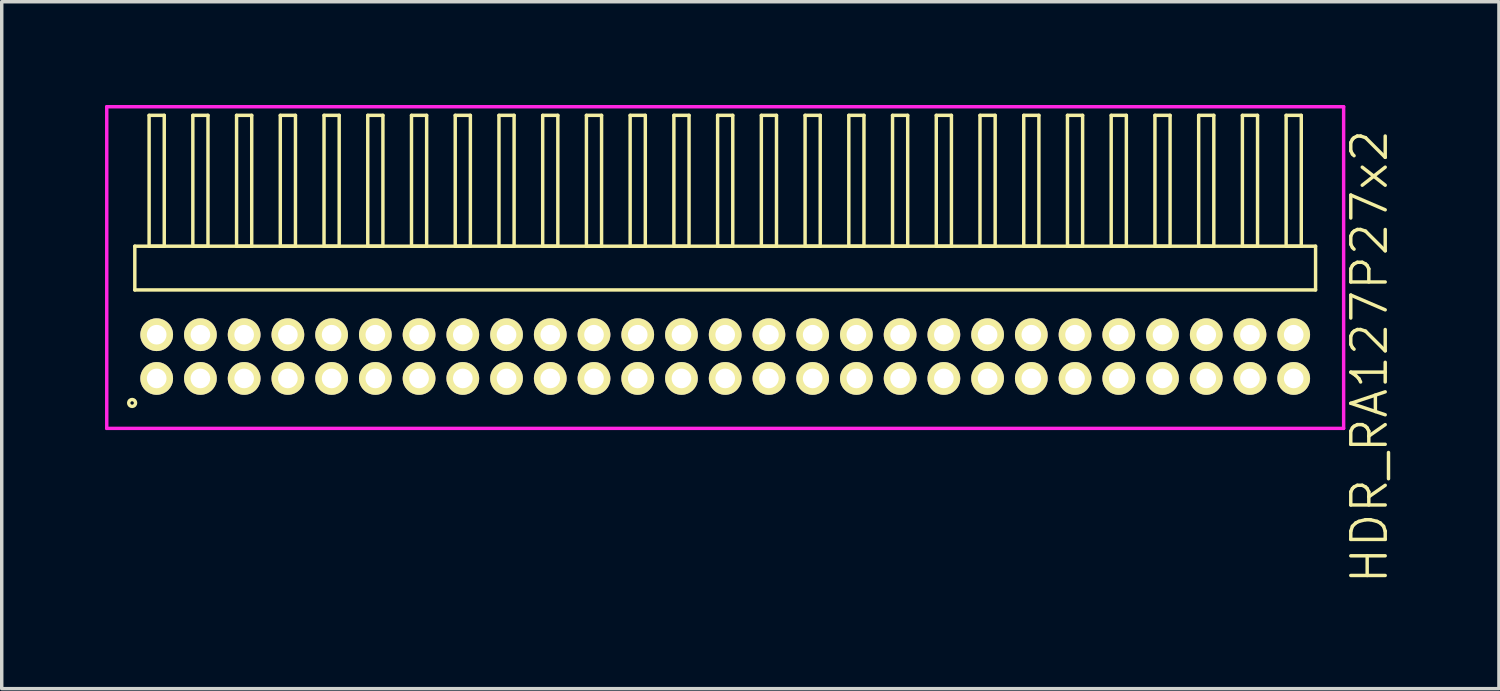
<source format=kicad_pcb>
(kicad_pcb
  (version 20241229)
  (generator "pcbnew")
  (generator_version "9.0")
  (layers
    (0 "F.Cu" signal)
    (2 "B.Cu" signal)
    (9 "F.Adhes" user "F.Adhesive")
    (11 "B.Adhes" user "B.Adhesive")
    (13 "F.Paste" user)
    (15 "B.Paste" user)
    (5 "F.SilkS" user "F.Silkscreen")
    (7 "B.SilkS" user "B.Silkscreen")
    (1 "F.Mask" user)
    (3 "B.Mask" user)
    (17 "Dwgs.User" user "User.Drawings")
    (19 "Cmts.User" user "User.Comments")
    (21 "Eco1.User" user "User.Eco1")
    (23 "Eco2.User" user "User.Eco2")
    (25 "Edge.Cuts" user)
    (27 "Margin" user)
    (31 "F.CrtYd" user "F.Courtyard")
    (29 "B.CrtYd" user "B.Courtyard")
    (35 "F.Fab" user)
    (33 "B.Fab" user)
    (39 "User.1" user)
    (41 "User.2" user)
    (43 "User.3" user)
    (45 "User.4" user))
  (footprint "HDR_RA127P27x2"
    (layer "F.Cu")
    (at 18.01 7.305)
    (property "Reference" "HDR_RA127P27x2" (at 18.71 0 90) (layer "F.SilkS") (effects (font (size 1 1) (thickness 0.1))))
    (attr through_hole)
    (fp_line (start -17.145 -3.205) (end -17.145 -1.935) (stroke (width 0.1) (type solid)) (layer "F.SilkS"))
    (fp_line (start -17.145 -1.935) (end 17.145 -1.935) (stroke (width 0.1) (type solid)) (layer "F.SilkS"))
    (fp_line (start -16.73 -7.005) (end -16.73 -3.205) (stroke (width 0.1) (type solid)) (layer "F.SilkS"))
    (fp_line (start -16.73 -3.205) (end -16.29 -3.205) (stroke (width 0.1) (type solid)) (layer "F.SilkS"))
    (fp_line (start -16.29 -7.005) (end -16.73 -7.005) (stroke (width 0.1) (type solid)) (layer "F.SilkS"))
    (fp_line (start -16.29 -3.205) (end -16.29 -7.005) (stroke (width 0.1) (type solid)) (layer "F.SilkS"))
    (fp_line (start -15.46 -7.005) (end -15.46 -3.205) (stroke (width 0.1) (type solid)) (layer "F.SilkS"))
    (fp_line (start -15.46 -3.205) (end -15.02 -3.205) (stroke (width 0.1) (type solid)) (layer "F.SilkS"))
    (fp_line (start -15.02 -7.005) (end -15.46 -7.005) (stroke (width 0.1) (type solid)) (layer "F.SilkS"))
    (fp_line (start -15.02 -3.205) (end -15.02 -7.005) (stroke (width 0.1) (type solid)) (layer "F.SilkS"))
    (fp_line (start -14.19 -7.005) (end -14.19 -3.205) (stroke (width 0.1) (type solid)) (layer "F.SilkS"))
    (fp_line (start -14.19 -3.205) (end -13.75 -3.205) (stroke (width 0.1) (type solid)) (layer "F.SilkS"))
    (fp_line (start -13.75 -7.005) (end -14.19 -7.005) (stroke (width 0.1) (type solid)) (layer "F.SilkS"))
    (fp_line (start -13.75 -3.205) (end -13.75 -7.005) (stroke (width 0.1) (type solid)) (layer "F.SilkS"))
    (fp_line (start -12.92 -7.005) (end -12.92 -3.205) (stroke (width 0.1) (type solid)) (layer "F.SilkS"))
    (fp_line (start -12.92 -3.205) (end -12.48 -3.205) (stroke (width 0.1) (type solid)) (layer "F.SilkS"))
    (fp_line (start -12.48 -7.005) (end -12.92 -7.005) (stroke (width 0.1) (type solid)) (layer "F.SilkS"))
    (fp_line (start -12.48 -3.205) (end -12.48 -7.005) (stroke (width 0.1) (type solid)) (layer "F.SilkS"))
    (fp_line (start -11.65 -7.005) (end -11.65 -3.205) (stroke (width 0.1) (type solid)) (layer "F.SilkS"))
    (fp_line (start -11.65 -3.205) (end -11.21 -3.205) (stroke (width 0.1) (type solid)) (layer "F.SilkS"))
    (fp_line (start -11.21 -7.005) (end -11.65 -7.005) (stroke (width 0.1) (type solid)) (layer "F.SilkS"))
    (fp_line (start -11.21 -3.205) (end -11.21 -7.005) (stroke (width 0.1) (type solid)) (layer "F.SilkS"))
    (fp_line (start -10.38 -7.005) (end -10.38 -3.205) (stroke (width 0.1) (type solid)) (layer "F.SilkS"))
    (fp_line (start -10.38 -3.205) (end -9.94 -3.205) (stroke (width 0.1) (type solid)) (layer "F.SilkS"))
    (fp_line (start -9.94 -7.005) (end -10.38 -7.005) (stroke (width 0.1) (type solid)) (layer "F.SilkS"))
    (fp_line (start -9.94 -3.205) (end -9.94 -7.005) (stroke (width 0.1) (type solid)) (layer "F.SilkS"))
    (fp_line (start -9.11 -7.005) (end -9.11 -3.205) (stroke (width 0.1) (type solid)) (layer "F.SilkS"))
    (fp_line (start -9.11 -3.205) (end -8.67 -3.205) (stroke (width 0.1) (type solid)) (layer "F.SilkS"))
    (fp_line (start -8.67 -7.005) (end -9.11 -7.005) (stroke (width 0.1) (type solid)) (layer "F.SilkS"))
    (fp_line (start -8.67 -3.205) (end -8.67 -7.005) (stroke (width 0.1) (type solid)) (layer "F.SilkS"))
    (fp_line (start -7.84 -7.005) (end -7.84 -3.205) (stroke (width 0.1) (type solid)) (layer "F.SilkS"))
    (fp_line (start -7.84 -3.205) (end -7.4 -3.205) (stroke (width 0.1) (type solid)) (layer "F.SilkS"))
    (fp_line (start -7.4 -7.005) (end -7.84 -7.005) (stroke (width 0.1) (type solid)) (layer "F.SilkS"))
    (fp_line (start -7.4 -3.205) (end -7.4 -7.005) (stroke (width 0.1) (type solid)) (layer "F.SilkS"))
    (fp_line (start -6.57 -7.005) (end -6.57 -3.205) (stroke (width 0.1) (type solid)) (layer "F.SilkS"))
    (fp_line (start -6.57 -3.205) (end -6.13 -3.205) (stroke (width 0.1) (type solid)) (layer "F.SilkS"))
    (fp_line (start -6.13 -7.005) (end -6.57 -7.005) (stroke (width 0.1) (type solid)) (layer "F.SilkS"))
    (fp_line (start -6.13 -3.205) (end -6.13 -7.005) (stroke (width 0.1) (type solid)) (layer "F.SilkS"))
    (fp_line (start -5.3 -7.005) (end -5.3 -3.205) (stroke (width 0.1) (type solid)) (layer "F.SilkS"))
    (fp_line (start -5.3 -3.205) (end -4.86 -3.205) (stroke (width 0.1) (type solid)) (layer "F.SilkS"))
    (fp_line (start -4.86 -7.005) (end -5.3 -7.005) (stroke (width 0.1) (type solid)) (layer "F.SilkS"))
    (fp_line (start -4.86 -3.205) (end -4.86 -7.005) (stroke (width 0.1) (type solid)) (layer "F.SilkS"))
    (fp_line (start -4.03 -7.005) (end -4.03 -3.205) (stroke (width 0.1) (type solid)) (layer "F.SilkS"))
    (fp_line (start -4.03 -3.205) (end -3.59 -3.205) (stroke (width 0.1) (type solid)) (layer "F.SilkS"))
    (fp_line (start -3.59 -7.005) (end -4.03 -7.005) (stroke (width 0.1) (type solid)) (layer "F.SilkS"))
    (fp_line (start -3.59 -3.205) (end -3.59 -7.005) (stroke (width 0.1) (type solid)) (layer "F.SilkS"))
    (fp_line (start -2.76 -7.005) (end -2.76 -3.205) (stroke (width 0.1) (type solid)) (layer "F.SilkS"))
    (fp_line (start -2.76 -3.205) (end -2.32 -3.205) (stroke (width 0.1) (type solid)) (layer "F.SilkS"))
    (fp_line (start -2.32 -7.005) (end -2.76 -7.005) (stroke (width 0.1) (type solid)) (layer "F.SilkS"))
    (fp_line (start -2.32 -3.205) (end -2.32 -7.005) (stroke (width 0.1) (type solid)) (layer "F.SilkS"))
    (fp_line (start -1.49 -7.005) (end -1.49 -3.205) (stroke (width 0.1) (type solid)) (layer "F.SilkS"))
    (fp_line (start -1.49 -3.205) (end -1.05 -3.205) (stroke (width 0.1) (type solid)) (layer "F.SilkS"))
    (fp_line (start -1.05 -7.005) (end -1.49 -7.005) (stroke (width 0.1) (type solid)) (layer "F.SilkS"))
    (fp_line (start -1.05 -3.205) (end -1.05 -7.005) (stroke (width 0.1) (type solid)) (layer "F.SilkS"))
    (fp_line (start -0.22 -7.005) (end -0.22 -3.205) (stroke (width 0.1) (type solid)) (layer "F.SilkS"))
    (fp_line (start -0.22 -3.205) (end 0.22 -3.205) (stroke (width 0.1) (type solid)) (layer "F.SilkS"))
    (fp_line (start 0.22 -7.005) (end -0.22 -7.005) (stroke (width 0.1) (type solid)) (layer "F.SilkS"))
    (fp_line (start 0.22 -3.205) (end 0.22 -7.005) (stroke (width 0.1) (type solid)) (layer "F.SilkS"))
    (fp_line (start 1.05 -7.005) (end 1.05 -3.205) (stroke (width 0.1) (type solid)) (layer "F.SilkS"))
    (fp_line (start 1.05 -3.205) (end 1.49 -3.205) (stroke (width 0.1) (type solid)) (layer "F.SilkS"))
    (fp_line (start 1.49 -7.005) (end 1.05 -7.005) (stroke (width 0.1) (type solid)) (layer "F.SilkS"))
    (fp_line (start 1.49 -3.205) (end 1.49 -7.005) (stroke (width 0.1) (type solid)) (layer "F.SilkS"))
    (fp_line (start 2.32 -7.005) (end 2.32 -3.205) (stroke (width 0.1) (type solid)) (layer "F.SilkS"))
    (fp_line (start 2.32 -3.205) (end 2.76 -3.205) (stroke (width 0.1) (type solid)) (layer "F.SilkS"))
    (fp_line (start 2.76 -7.005) (end 2.32 -7.005) (stroke (width 0.1) (type solid)) (layer "F.SilkS"))
    (fp_line (start 2.76 -3.205) (end 2.76 -7.005) (stroke (width 0.1) (type solid)) (layer "F.SilkS"))
    (fp_line (start 3.59 -7.005) (end 3.59 -3.205) (stroke (width 0.1) (type solid)) (layer "F.SilkS"))
    (fp_line (start 3.59 -3.205) (end 4.03 -3.205) (stroke (width 0.1) (type solid)) (layer "F.SilkS"))
    (fp_line (start 4.03 -7.005) (end 3.59 -7.005) (stroke (width 0.1) (type solid)) (layer "F.SilkS"))
    (fp_line (start 4.03 -3.205) (end 4.03 -7.005) (stroke (width 0.1) (type solid)) (layer "F.SilkS"))
    (fp_line (start 4.86 -7.005) (end 4.86 -3.205) (stroke (width 0.1) (type solid)) (layer "F.SilkS"))
    (fp_line (start 4.86 -3.205) (end 5.3 -3.205) (stroke (width 0.1) (type solid)) (layer "F.SilkS"))
    (fp_line (start 5.3 -7.005) (end 4.86 -7.005) (stroke (width 0.1) (type solid)) (layer "F.SilkS"))
    (fp_line (start 5.3 -3.205) (end 5.3 -7.005) (stroke (width 0.1) (type solid)) (layer "F.SilkS"))
    (fp_line (start 6.13 -7.005) (end 6.13 -3.205) (stroke (width 0.1) (type solid)) (layer "F.SilkS"))
    (fp_line (start 6.13 -3.205) (end 6.57 -3.205) (stroke (width 0.1) (type solid)) (layer "F.SilkS"))
    (fp_line (start 6.57 -7.005) (end 6.13 -7.005) (stroke (width 0.1) (type solid)) (layer "F.SilkS"))
    (fp_line (start 6.57 -3.205) (end 6.57 -7.005) (stroke (width 0.1) (type solid)) (layer "F.SilkS"))
    (fp_line (start 7.4 -7.005) (end 7.4 -3.205) (stroke (width 0.1) (type solid)) (layer "F.SilkS"))
    (fp_line (start 7.4 -3.205) (end 7.84 -3.205) (stroke (width 0.1) (type solid)) (layer "F.SilkS"))
    (fp_line (start 7.84 -7.005) (end 7.4 -7.005) (stroke (width 0.1) (type solid)) (layer "F.SilkS"))
    (fp_line (start 7.84 -3.205) (end 7.84 -7.005) (stroke (width 0.1) (type solid)) (layer "F.SilkS"))
    (fp_line (start 8.67 -7.005) (end 8.67 -3.205) (stroke (width 0.1) (type solid)) (layer "F.SilkS"))
    (fp_line (start 8.67 -3.205) (end 9.11 -3.205) (stroke (width 0.1) (type solid)) (layer "F.SilkS"))
    (fp_line (start 9.11 -7.005) (end 8.67 -7.005) (stroke (width 0.1) (type solid)) (layer "F.SilkS"))
    (fp_line (start 9.11 -3.205) (end 9.11 -7.005) (stroke (width 0.1) (type solid)) (layer "F.SilkS"))
    (fp_line (start 9.94 -7.005) (end 9.94 -3.205) (stroke (width 0.1) (type solid)) (layer "F.SilkS"))
    (fp_line (start 9.94 -3.205) (end 10.38 -3.205) (stroke (width 0.1) (type solid)) (layer "F.SilkS"))
    (fp_line (start 10.38 -7.005) (end 9.94 -7.005) (stroke (width 0.1) (type solid)) (layer "F.SilkS"))
    (fp_line (start 10.38 -3.205) (end 10.38 -7.005) (stroke (width 0.1) (type solid)) (layer "F.SilkS"))
    (fp_line (start 11.21 -7.005) (end 11.21 -3.205) (stroke (width 0.1) (type solid)) (layer "F.SilkS"))
    (fp_line (start 11.21 -3.205) (end 11.65 -3.205) (stroke (width 0.1) (type solid)) (layer "F.SilkS"))
    (fp_line (start 11.65 -7.005) (end 11.21 -7.005) (stroke (width 0.1) (type solid)) (layer "F.SilkS"))
    (fp_line (start 11.65 -3.205) (end 11.65 -7.005) (stroke (width 0.1) (type solid)) (layer "F.SilkS"))
    (fp_line (start 12.48 -7.005) (end 12.48 -3.205) (stroke (width 0.1) (type solid)) (layer "F.SilkS"))
    (fp_line (start 12.48 -3.205) (end 12.92 -3.205) (stroke (width 0.1) (type solid)) (layer "F.SilkS"))
    (fp_line (start 12.92 -7.005) (end 12.48 -7.005) (stroke (width 0.1) (type solid)) (layer "F.SilkS"))
    (fp_line (start 12.92 -3.205) (end 12.92 -7.005) (stroke (width 0.1) (type solid)) (layer "F.SilkS"))
    (fp_line (start 13.75 -7.005) (end 13.75 -3.205) (stroke (width 0.1) (type solid)) (layer "F.SilkS"))
    (fp_line (start 13.75 -3.205) (end 14.19 -3.205) (stroke (width 0.1) (type solid)) (layer "F.SilkS"))
    (fp_line (start 14.19 -7.005) (end 13.75 -7.005) (stroke (width 0.1) (type solid)) (layer "F.SilkS"))
    (fp_line (start 14.19 -3.205) (end 14.19 -7.005) (stroke (width 0.1) (type solid)) (layer "F.SilkS"))
    (fp_line (start 15.02 -7.005) (end 15.02 -3.205) (stroke (width 0.1) (type solid)) (layer "F.SilkS"))
    (fp_line (start 15.02 -3.205) (end 15.46 -3.205) (stroke (width 0.1) (type solid)) (layer "F.SilkS"))
    (fp_line (start 15.46 -7.005) (end 15.02 -7.005) (stroke (width 0.1) (type solid)) (layer "F.SilkS"))
    (fp_line (start 15.46 -3.205) (end 15.46 -7.005) (stroke (width 0.1) (type solid)) (layer "F.SilkS"))
    (fp_line (start 16.29 -7.005) (end 16.29 -3.205) (stroke (width 0.1) (type solid)) (layer "F.SilkS"))
    (fp_line (start 16.29 -3.205) (end 16.73 -3.205) (stroke (width 0.1) (type solid)) (layer "F.SilkS"))
    (fp_line (start 16.73 -7.005) (end 16.29 -7.005) (stroke (width 0.1) (type solid)) (layer "F.SilkS"))
    (fp_line (start 16.73 -3.205) (end 16.73 -7.005) (stroke (width 0.1) (type solid)) (layer "F.SilkS"))
    (fp_line (start 17.145 -3.205) (end -17.145 -3.205) (stroke (width 0.1) (type solid)) (layer "F.SilkS"))
    (fp_line (start 17.145 -1.935) (end 17.145 -3.205) (stroke (width 0.1) (type solid)) (layer "F.SilkS"))
    (fp_circle (center -17.223 1.347) (end -17.123 1.347) (stroke (width 0.1) (type solid)) (fill no) (layer "F.SilkS"))
    (fp_line (start -17.96 -7.255) (end -17.96 2.085) (stroke (width 0.1) (type solid)) (layer "F.CrtYd"))
    (fp_line (start -17.96 2.085) (end 17.96 2.085) (stroke (width 0.1) (type solid)) (layer "F.CrtYd"))
    (fp_line (start 17.96 -7.255) (end -17.96 -7.255) (stroke (width 0.1) (type solid)) (layer "F.CrtYd"))
    (fp_line (start 17.96 2.085) (end 17.96 -7.255) (stroke (width 0.1) (type solid)) (layer "F.CrtYd"))
    (pad "1" thru_hole oval (at -16.51 0.635) (size 0.95 0.95) (drill 0.57) (layers "*.Cu" "*.Mask" "F.SilkS"))
    (pad "2" thru_hole oval (at -16.51 -0.635) (size 0.95 0.95) (drill 0.57) (layers "*.Cu" "*.Mask" "F.SilkS"))
    (pad "3" thru_hole oval (at -15.24 0.635) (size 0.95 0.95) (drill 0.57) (layers "*.Cu" "*.Mask" "F.SilkS"))
    (pad "4" thru_hole oval (at -15.24 -0.635) (size 0.95 0.95) (drill 0.57) (layers "*.Cu" "*.Mask" "F.SilkS"))
    (pad "5" thru_hole oval (at -13.97 0.635) (size 0.95 0.95) (drill 0.57) (layers "*.Cu" "*.Mask" "F.SilkS"))
    (pad "6" thru_hole oval (at -13.97 -0.635) (size 0.95 0.95) (drill 0.57) (layers "*.Cu" "*.Mask" "F.SilkS"))
    (pad "7" thru_hole oval (at -12.7 0.635) (size 0.95 0.95) (drill 0.57) (layers "*.Cu" "*.Mask" "F.SilkS"))
    (pad "8" thru_hole oval (at -12.7 -0.635) (size 0.95 0.95) (drill 0.57) (layers "*.Cu" "*.Mask" "F.SilkS"))
    (pad "9" thru_hole oval (at -11.43 0.635) (size 0.95 0.95) (drill 0.57) (layers "*.Cu" "*.Mask" "F.SilkS"))
    (pad "10" thru_hole oval (at -11.43 -0.635) (size 0.95 0.95) (drill 0.57) (layers "*.Cu" "*.Mask" "F.SilkS"))
    (pad "11" thru_hole oval (at -10.16 0.635) (size 0.95 0.95) (drill 0.57) (layers "*.Cu" "*.Mask" "F.SilkS"))
    (pad "12" thru_hole oval (at -10.16 -0.635) (size 0.95 0.95) (drill 0.57) (layers "*.Cu" "*.Mask" "F.SilkS"))
    (pad "13" thru_hole oval (at -8.89 0.635) (size 0.95 0.95) (drill 0.57) (layers "*.Cu" "*.Mask" "F.SilkS"))
    (pad "14" thru_hole oval (at -8.89 -0.635) (size 0.95 0.95) (drill 0.57) (layers "*.Cu" "*.Mask" "F.SilkS"))
    (pad "15" thru_hole oval (at -7.62 0.635) (size 0.95 0.95) (drill 0.57) (layers "*.Cu" "*.Mask" "F.SilkS"))
    (pad "16" thru_hole oval (at -7.62 -0.635) (size 0.95 0.95) (drill 0.57) (layers "*.Cu" "*.Mask" "F.SilkS"))
    (pad "17" thru_hole oval (at -6.35 0.635) (size 0.95 0.95) (drill 0.57) (layers "*.Cu" "*.Mask" "F.SilkS"))
    (pad "18" thru_hole oval (at -6.35 -0.635) (size 0.95 0.95) (drill 0.57) (layers "*.Cu" "*.Mask" "F.SilkS"))
    (pad "19" thru_hole oval (at -5.08 0.635) (size 0.95 0.95) (drill 0.57) (layers "*.Cu" "*.Mask" "F.SilkS"))
    (pad "20" thru_hole oval (at -5.08 -0.635) (size 0.95 0.95) (drill 0.57) (layers "*.Cu" "*.Mask" "F.SilkS"))
    (pad "21" thru_hole oval (at -3.81 0.635) (size 0.95 0.95) (drill 0.57) (layers "*.Cu" "*.Mask" "F.SilkS"))
    (pad "22" thru_hole oval (at -3.81 -0.635) (size 0.95 0.95) (drill 0.57) (layers "*.Cu" "*.Mask" "F.SilkS"))
    (pad "23" thru_hole oval (at -2.54 0.635) (size 0.95 0.95) (drill 0.57) (layers "*.Cu" "*.Mask" "F.SilkS"))
    (pad "24" thru_hole oval (at -2.54 -0.635) (size 0.95 0.95) (drill 0.57) (layers "*.Cu" "*.Mask" "F.SilkS"))
    (pad "25" thru_hole oval (at -1.27 0.635) (size 0.95 0.95) (drill 0.57) (layers "*.Cu" "*.Mask" "F.SilkS"))
    (pad "26" thru_hole oval (at -1.27 -0.635) (size 0.95 0.95) (drill 0.57) (layers "*.Cu" "*.Mask" "F.SilkS"))
    (pad "27" thru_hole oval (at 0 0.635) (size 0.95 0.95) (drill 0.57) (layers "*.Cu" "*.Mask" "F.SilkS"))
    (pad "28" thru_hole oval (at 0 -0.635) (size 0.95 0.95) (drill 0.57) (layers "*.Cu" "*.Mask" "F.SilkS"))
    (pad "29" thru_hole oval (at 1.27 0.635) (size 0.95 0.95) (drill 0.57) (layers "*.Cu" "*.Mask" "F.SilkS"))
    (pad "30" thru_hole oval (at 1.27 -0.635) (size 0.95 0.95) (drill 0.57) (layers "*.Cu" "*.Mask" "F.SilkS"))
    (pad "31" thru_hole oval (at 2.54 0.635) (size 0.95 0.95) (drill 0.57) (layers "*.Cu" "*.Mask" "F.SilkS"))
    (pad "32" thru_hole oval (at 2.54 -0.635) (size 0.95 0.95) (drill 0.57) (layers "*.Cu" "*.Mask" "F.SilkS"))
    (pad "33" thru_hole oval (at 3.81 0.635) (size 0.95 0.95) (drill 0.57) (layers "*.Cu" "*.Mask" "F.SilkS"))
    (pad "34" thru_hole oval (at 3.81 -0.635) (size 0.95 0.95) (drill 0.57) (layers "*.Cu" "*.Mask" "F.SilkS"))
    (pad "35" thru_hole oval (at 5.08 0.635) (size 0.95 0.95) (drill 0.57) (layers "*.Cu" "*.Mask" "F.SilkS"))
    (pad "36" thru_hole oval (at 5.08 -0.635) (size 0.95 0.95) (drill 0.57) (layers "*.Cu" "*.Mask" "F.SilkS"))
    (pad "37" thru_hole oval (at 6.35 0.635) (size 0.95 0.95) (drill 0.57) (layers "*.Cu" "*.Mask" "F.SilkS"))
    (pad "38" thru_hole oval (at 6.35 -0.635) (size 0.95 0.95) (drill 0.57) (layers "*.Cu" "*.Mask" "F.SilkS"))
    (pad "39" thru_hole oval (at 7.62 0.635) (size 0.95 0.95) (drill 0.57) (layers "*.Cu" "*.Mask" "F.SilkS"))
    (pad "40" thru_hole oval (at 7.62 -0.635) (size 0.95 0.95) (drill 0.57) (layers "*.Cu" "*.Mask" "F.SilkS"))
    (pad "41" thru_hole oval (at 8.89 0.635) (size 0.95 0.95) (drill 0.57) (layers "*.Cu" "*.Mask" "F.SilkS"))
    (pad "42" thru_hole oval (at 8.89 -0.635) (size 0.95 0.95) (drill 0.57) (layers "*.Cu" "*.Mask" "F.SilkS"))
    (pad "43" thru_hole oval (at 10.16 0.635) (size 0.95 0.95) (drill 0.57) (layers "*.Cu" "*.Mask" "F.SilkS"))
    (pad "44" thru_hole oval (at 10.16 -0.635) (size 0.95 0.95) (drill 0.57) (layers "*.Cu" "*.Mask" "F.SilkS"))
    (pad "45" thru_hole oval (at 11.43 0.635) (size 0.95 0.95) (drill 0.57) (layers "*.Cu" "*.Mask" "F.SilkS"))
    (pad "46" thru_hole oval (at 11.43 -0.635) (size 0.95 0.95) (drill 0.57) (layers "*.Cu" "*.Mask" "F.SilkS"))
    (pad "47" thru_hole oval (at 12.7 0.635) (size 0.95 0.95) (drill 0.57) (layers "*.Cu" "*.Mask" "F.SilkS"))
    (pad "48" thru_hole oval (at 12.7 -0.635) (size 0.95 0.95) (drill 0.57) (layers "*.Cu" "*.Mask" "F.SilkS"))
    (pad "49" thru_hole oval (at 13.97 0.635) (size 0.95 0.95) (drill 0.57) (layers "*.Cu" "*.Mask" "F.SilkS"))
    (pad "50" thru_hole oval (at 13.97 -0.635) (size 0.95 0.95) (drill 0.57) (layers "*.Cu" "*.Mask" "F.SilkS"))
    (pad "51" thru_hole oval (at 15.24 0.635) (size 0.95 0.95) (drill 0.57) (layers "*.Cu" "*.Mask" "F.SilkS"))
    (pad "52" thru_hole oval (at 15.24 -0.635) (size 0.95 0.95) (drill 0.57) (layers "*.Cu" "*.Mask" "F.SilkS"))
    (pad "53" thru_hole oval (at 16.51 0.635) (size 0.95 0.95) (drill 0.57) (layers "*.Cu" "*.Mask" "F.SilkS"))
    (pad "54" thru_hole oval (at 16.51 -0.635) (size 0.95 0.95) (drill 0.57) (layers "*.Cu" "*.Mask" "F.SilkS")))
  (gr_rect
    (start -3 -3)
    (end 40.48 16.95)
    (stroke (width 0.1) (type default))
    (fill no)
    (layer "Edge.Cuts")))
</source>
